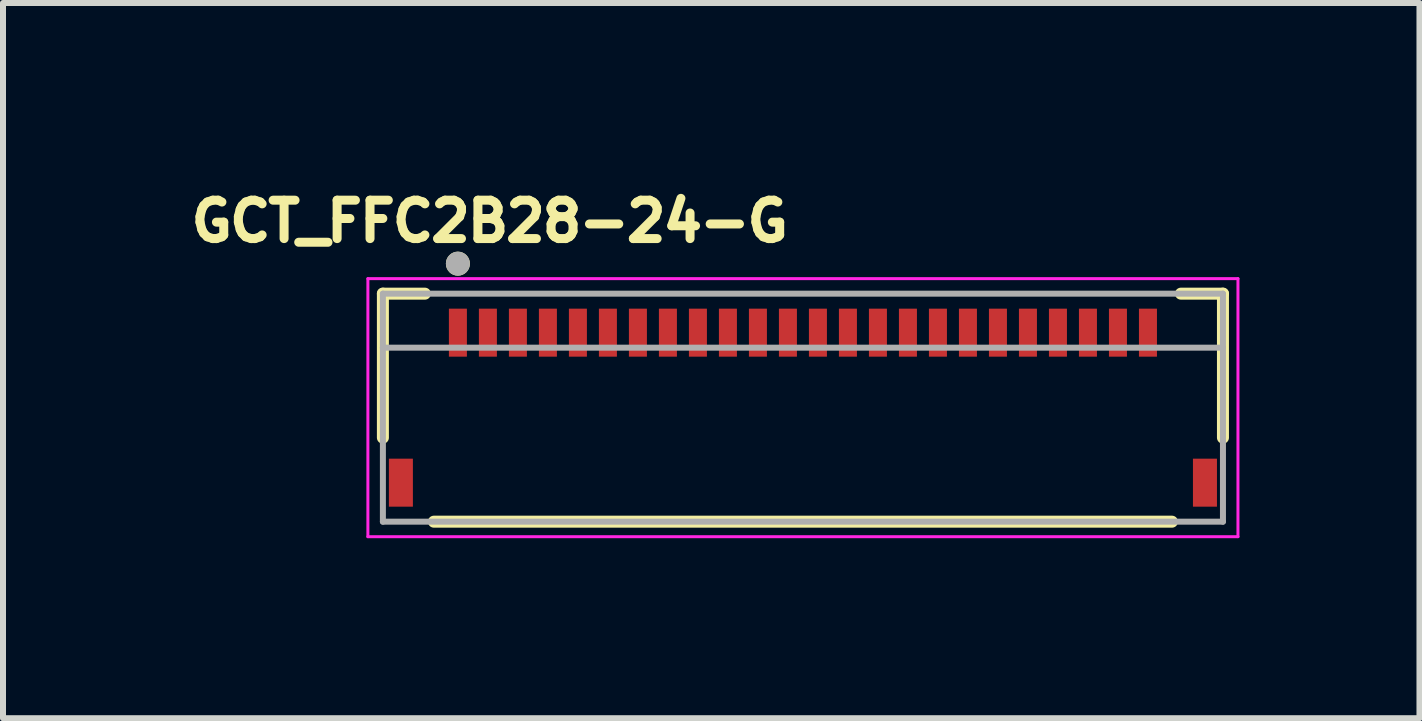
<source format=kicad_pcb>
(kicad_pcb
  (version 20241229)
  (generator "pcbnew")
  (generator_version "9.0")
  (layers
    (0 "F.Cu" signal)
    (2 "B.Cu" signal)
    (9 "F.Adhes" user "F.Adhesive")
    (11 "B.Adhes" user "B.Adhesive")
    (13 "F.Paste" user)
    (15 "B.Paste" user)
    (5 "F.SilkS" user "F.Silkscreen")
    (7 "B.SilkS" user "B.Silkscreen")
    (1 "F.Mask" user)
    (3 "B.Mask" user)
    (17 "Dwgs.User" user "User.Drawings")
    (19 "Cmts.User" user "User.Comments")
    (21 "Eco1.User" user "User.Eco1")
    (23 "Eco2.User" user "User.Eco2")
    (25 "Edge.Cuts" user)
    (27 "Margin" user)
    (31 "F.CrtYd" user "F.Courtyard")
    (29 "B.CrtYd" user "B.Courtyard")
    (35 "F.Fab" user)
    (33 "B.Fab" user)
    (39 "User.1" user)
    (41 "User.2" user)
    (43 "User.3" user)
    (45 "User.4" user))
  (footprint "GCT_FFC2B28-24-G"
    (layer "F.Cu")
    (at 10.331 3.744)
    (property "Reference" "GCT_FFC2B28-24-G" (at -5.218 -3.106 0) (layer "F.SilkS") (effects (font (size 0.64 0.64) (thickness 0.15))))
    (attr smd)
    (fp_line (start -7 -1.9) (end -6.3 -1.9) (stroke (width 0.2) (type solid)) (layer "F.SilkS"))
    (fp_line (start -7 0.5) (end -7 -1.9) (stroke (width 0.2) (type solid)) (layer "F.SilkS"))
    (fp_line (start -6.15 1.9) (end 6.15 1.9) (stroke (width 0.2) (type solid)) (layer "F.SilkS"))
    (fp_line (start 6.3 -1.9) (end 7 -1.9) (stroke (width 0.2) (type solid)) (layer "F.SilkS"))
    (fp_line (start 7 -1.9) (end 7 0.5) (stroke (width 0.2) (type solid)) (layer "F.SilkS"))
    (fp_circle (center -5.75 -2.4) (end -5.65 -2.4) (stroke (width 0.2) (type solid)) (fill no) (layer "F.SilkS"))
    (fp_line (start -7.25 -2.15) (end -7.25 2.15) (stroke (width 0.05) (type solid)) (layer "F.CrtYd"))
    (fp_line (start -7.25 2.15) (end 7.25 2.15) (stroke (width 0.05) (type solid)) (layer "F.CrtYd"))
    (fp_line (start 7.25 -2.15) (end -7.25 -2.15) (stroke (width 0.05) (type solid)) (layer "F.CrtYd"))
    (fp_line (start 7.25 2.15) (end 7.25 -2.15) (stroke (width 0.05) (type solid)) (layer "F.CrtYd"))
    (fp_line (start -7 -1.9) (end 7 -1.9) (stroke (width 0.1) (type solid)) (layer "F.Fab"))
    (fp_line (start -7 -1) (end -7 -1.9) (stroke (width 0.1) (type solid)) (layer "F.Fab"))
    (fp_line (start -7 -1) (end 7 -1) (stroke (width 0.1) (type solid)) (layer "F.Fab"))
    (fp_line (start -7 1.9) (end -7 -1) (stroke (width 0.1) (type solid)) (layer "F.Fab"))
    (fp_line (start 7 -1.9) (end 7 -1) (stroke (width 0.1) (type solid)) (layer "F.Fab"))
    (fp_line (start 7 -1) (end 7 1.9) (stroke (width 0.1) (type solid)) (layer "F.Fab"))
    (fp_line (start 7 1.9) (end -7 1.9) (stroke (width 0.1) (type solid)) (layer "F.Fab"))
    (fp_circle (center -5.75 -2.4) (end -5.65 -2.4) (stroke (width 0.2) (type solid)) (fill no) (layer "F.Fab"))
    (pad "1" smd rect (at -5.75 -1.25) (size 0.3 0.8) (layers "F.Cu" "F.Mask" "F.Paste"))
    (pad "2" smd rect (at -5.25 -1.25) (size 0.3 0.8) (layers "F.Cu" "F.Mask" "F.Paste"))
    (pad "3" smd rect (at -4.75 -1.25) (size 0.3 0.8) (layers "F.Cu" "F.Mask" "F.Paste"))
    (pad "4" smd rect (at -4.25 -1.25) (size 0.3 0.8) (layers "F.Cu" "F.Mask" "F.Paste"))
    (pad "5" smd rect (at -3.75 -1.25) (size 0.3 0.8) (layers "F.Cu" "F.Mask" "F.Paste"))
    (pad "6" smd rect (at -3.25 -1.25) (size 0.3 0.8) (layers "F.Cu" "F.Mask" "F.Paste"))
    (pad "7" smd rect (at -2.75 -1.25) (size 0.3 0.8) (layers "F.Cu" "F.Mask" "F.Paste"))
    (pad "8" smd rect (at -2.25 -1.25) (size 0.3 0.8) (layers "F.Cu" "F.Mask" "F.Paste"))
    (pad "9" smd rect (at -1.75 -1.25) (size 0.3 0.8) (layers "F.Cu" "F.Mask" "F.Paste"))
    (pad "10" smd rect (at -1.25 -1.25) (size 0.3 0.8) (layers "F.Cu" "F.Mask" "F.Paste"))
    (pad "11" smd rect (at -0.75 -1.25) (size 0.3 0.8) (layers "F.Cu" "F.Mask" "F.Paste"))
    (pad "12" smd rect (at -0.25 -1.25) (size 0.3 0.8) (layers "F.Cu" "F.Mask" "F.Paste"))
    (pad "13" smd rect (at 0.25 -1.25) (size 0.3 0.8) (layers "F.Cu" "F.Mask" "F.Paste"))
    (pad "14" smd rect (at 0.75 -1.25) (size 0.3 0.8) (layers "F.Cu" "F.Mask" "F.Paste"))
    (pad "15" smd rect (at 1.25 -1.25) (size 0.3 0.8) (layers "F.Cu" "F.Mask" "F.Paste"))
    (pad "16" smd rect (at 1.75 -1.25) (size 0.3 0.8) (layers "F.Cu" "F.Mask" "F.Paste"))
    (pad "17" smd rect (at 2.25 -1.25) (size 0.3 0.8) (layers "F.Cu" "F.Mask" "F.Paste"))
    (pad "18" smd rect (at 2.75 -1.25) (size 0.3 0.8) (layers "F.Cu" "F.Mask" "F.Paste"))
    (pad "19" smd rect (at 3.25 -1.25) (size 0.3 0.8) (layers "F.Cu" "F.Mask" "F.Paste"))
    (pad "20" smd rect (at 3.75 -1.25) (size 0.3 0.8) (layers "F.Cu" "F.Mask" "F.Paste"))
    (pad "21" smd rect (at 4.25 -1.25) (size 0.3 0.8) (layers "F.Cu" "F.Mask" "F.Paste"))
    (pad "22" smd rect (at 4.75 -1.25) (size 0.3 0.8) (layers "F.Cu" "F.Mask" "F.Paste"))
    (pad "23" smd rect (at 5.25 -1.25) (size 0.3 0.8) (layers "F.Cu" "F.Mask" "F.Paste"))
    (pad "24" smd rect (at 5.75 -1.25) (size 0.3 0.8) (layers "F.Cu" "F.Mask" "F.Paste"))
    (pad "S1" smd rect (at -6.7 1.25) (size 0.4 0.8) (layers "F.Cu" "F.Mask" "F.Paste"))
    (pad "S2" smd rect (at 6.7 1.25) (size 0.4 0.8) (layers "F.Cu" "F.Mask" "F.Paste")))
  (gr_rect
    (start -3 -3)
    (end 20.606 8.919)
    (stroke (width 0.1) (type default))
    (fill no)
    (layer "Edge.Cuts")))
</source>
